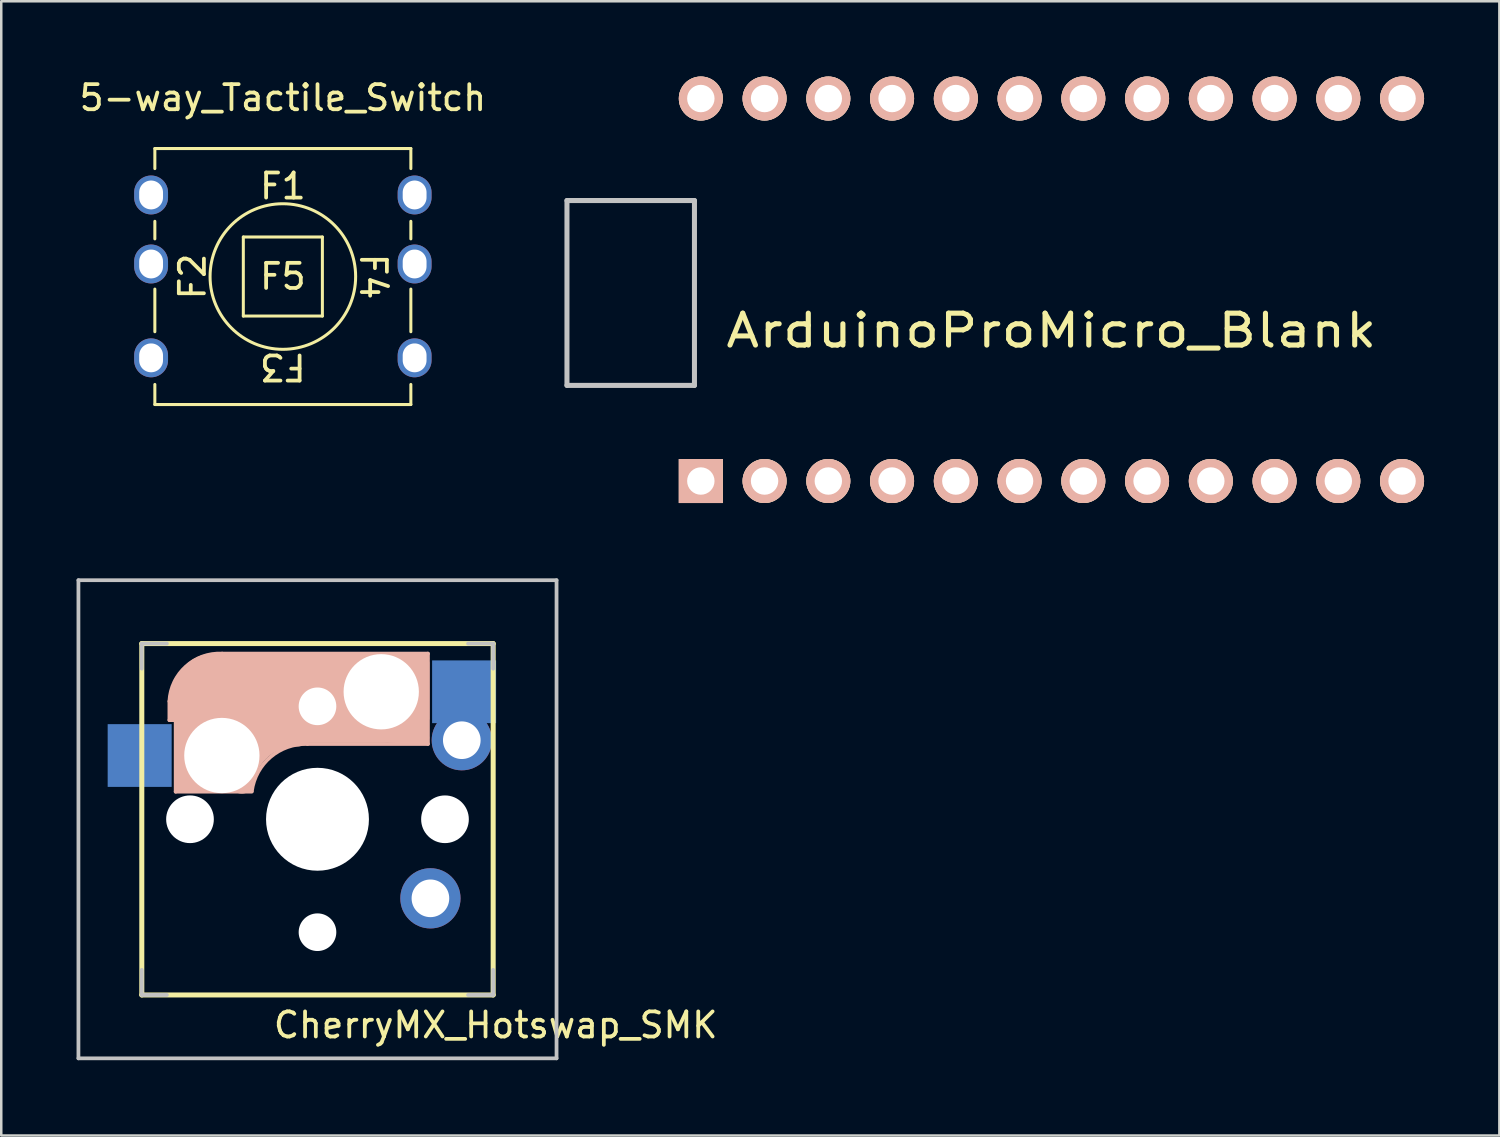
<source format=kicad_pcb>
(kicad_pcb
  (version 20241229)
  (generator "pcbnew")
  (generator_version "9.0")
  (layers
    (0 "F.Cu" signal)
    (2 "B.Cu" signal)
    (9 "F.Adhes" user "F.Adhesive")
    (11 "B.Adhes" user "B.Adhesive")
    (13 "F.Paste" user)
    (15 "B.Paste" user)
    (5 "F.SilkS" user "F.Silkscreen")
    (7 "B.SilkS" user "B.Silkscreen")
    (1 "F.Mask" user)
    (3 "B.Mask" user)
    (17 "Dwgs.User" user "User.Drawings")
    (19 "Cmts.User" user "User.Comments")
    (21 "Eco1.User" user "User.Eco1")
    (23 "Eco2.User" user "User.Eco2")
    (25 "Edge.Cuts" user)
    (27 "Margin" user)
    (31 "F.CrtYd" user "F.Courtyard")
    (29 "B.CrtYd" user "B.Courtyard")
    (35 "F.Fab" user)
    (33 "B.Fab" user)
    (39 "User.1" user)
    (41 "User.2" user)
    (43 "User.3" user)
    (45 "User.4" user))
  (footprint "5-way_Tactile_Switch"
    (layer "F.Cu")
    (at 8.22 7.968)
    (property "Reference" "5-way_Tactile_Switch" (at 0 -7.12 0) (layer "F.SilkS") (effects (font (size 1 1) (thickness 0.15))))
    (attr through_hole)
    (fp_line (start -5.1 -5.1) (end 5.1 -5.1) (stroke (width 0.12) (type solid)) (layer "F.SilkS"))
    (fp_line (start -5.1 -4.3) (end -5.1 -5.1) (stroke (width 0.12) (type solid)) (layer "F.SilkS"))
    (fp_line (start -5.1 -1.5) (end -5.1 -2.2) (stroke (width 0.12) (type solid)) (layer "F.SilkS"))
    (fp_line (start -5.1 2.2) (end -5.1 0.5) (stroke (width 0.12) (type solid)) (layer "F.SilkS"))
    (fp_line (start -5.1 4.3) (end -5.1 5.1) (stroke (width 0.12) (type solid)) (layer "F.SilkS"))
    (fp_line (start -1.575 -1.575) (end -1.575 1.575) (stroke (width 0.12) (type solid)) (layer "F.SilkS"))
    (fp_line (start -1.575 -1.575) (end 1.575 -1.575) (stroke (width 0.12) (type solid)) (layer "F.SilkS"))
    (fp_line (start 1.575 1.575) (end -1.575 1.575) (stroke (width 0.12) (type solid)) (layer "F.SilkS"))
    (fp_line (start 1.575 1.575) (end 1.575 -1.575) (stroke (width 0.12) (type solid)) (layer "F.SilkS"))
    (fp_line (start 5.1 -4.3) (end 5.1 -5.1) (stroke (width 0.12) (type solid)) (layer "F.SilkS"))
    (fp_line (start 5.1 -1.5) (end 5.1 -2.2) (stroke (width 0.12) (type solid)) (layer "F.SilkS"))
    (fp_line (start 5.1 2.2) (end 5.1 0.5) (stroke (width 0.12) (type solid)) (layer "F.SilkS"))
    (fp_line (start 5.1 4.3) (end 5.1 5.1) (stroke (width 0.12) (type solid)) (layer "F.SilkS"))
    (fp_line (start 5.1 5.1) (end -5.1 5.1) (stroke (width 0.12) (type solid)) (layer "F.SilkS"))
    (fp_circle (center 0 0) (end 2.9 0) (stroke (width 0.12) (type solid)) (fill no) (layer "F.SilkS"))
    (fp_text user "F4" (at 3.6 0 270) (unlocked yes) (layer "F.SilkS") (effects (font (size 1 1) (thickness 0.15))))
    (fp_text user "F1" (at 0 -3.6 0) (unlocked yes) (layer "F.SilkS") (effects (font (size 1 1) (thickness 0.15))))
    (fp_text user "F2" (at -3.6 0 90) (unlocked yes) (layer "F.SilkS") (effects (font (size 1 1) (thickness 0.15))))
    (fp_text user "F5" (at 0 0 0) (layer "F.SilkS") (effects (font (size 1 1) (thickness 0.15))))
    (fp_text user "F3" (at 0 3.6 180) (unlocked yes) (layer "F.SilkS") (effects (font (size 1 1) (thickness 0.15))))
    (pad "1" thru_hole oval (at -5.25 -3.25) (size 1.35 1.55) (drill oval 0.95 1.15) (layers "*.Cu" "*.Mask"))
    (pad "2" thru_hole oval (at -5.25 -0.5) (size 1.35 1.55) (drill oval 0.95 1.15) (layers "*.Cu" "*.Mask"))
    (pad "3" thru_hole oval (at -5.25 3.24) (size 1.35 1.55) (drill oval 0.95 1.15) (layers "*.Cu" "*.Mask"))
    (pad "4" thru_hole oval (at 5.25 -3.25) (size 1.35 1.55) (drill oval 0.95 1.15) (layers "*.Cu" "*.Mask"))
    (pad "5" thru_hole oval (at 5.25 -0.5) (size 1.35 1.55) (drill oval 0.95 1.15) (layers "*.Cu" "*.Mask"))
    (pad "6" thru_hole oval (at 5.25 3.24) (size 1.35 1.55) (drill oval 0.95 1.15) (layers "*.Cu" "*.Mask")))
  (footprint "CherryMX_Hotswap_SMK"
    (layer "F.Cu")
    (at 9.6 29.593)
    (property "Reference" "CherryMX_Hotswap_SMK" (at 7.1 8.2 0) (layer "F.SilkS") (effects (font (size 1 1) (thickness 0.15))))
    (attr through_hole)
    (fp_line (start -7 7) (end -7 -7) (stroke (width 0.2) (type solid)) (layer "F.SilkS"))
    (fp_line (start 7 -7) (end -7 -7) (stroke (width 0.2) (type solid)) (layer "F.SilkS"))
    (fp_line (start 7 -7) (end 7 7) (stroke (width 0.2) (type solid)) (layer "F.SilkS"))
    (fp_line (start 7 7) (end -7 7) (stroke (width 0.2) (type solid)) (layer "F.SilkS"))
    (fp_line (start -5.9 -4.7) (end -5.9 -3.95) (stroke (width 0.15) (type solid)) (layer "B.SilkS"))
    (fp_line (start -5.9 -3.95) (end -5.7 -3.95) (stroke (width 0.15) (type solid)) (layer "B.SilkS"))
    (fp_line (start -5.8 -4.05) (end -5.8 -4.7) (stroke (width 0.3) (type solid)) (layer "B.SilkS"))
    (fp_line (start -5.65 -5.55) (end -5.65 -1.1) (stroke (width 0.15) (type solid)) (layer "B.SilkS"))
    (fp_line (start -5.65 -1.1) (end -2.62 -1.1) (stroke (width 0.15) (type solid)) (layer "B.SilkS"))
    (fp_line (start -5.45 -1.3) (end -3 -1.3) (stroke (width 0.5) (type solid)) (layer "B.SilkS"))
    (fp_line (start -5.3 -1.6) (end -5.3 -3.4) (stroke (width 0.8) (type solid)) (layer "B.SilkS"))
    (fp_line (start -4.17 -5.1) (end -4.17 -2.86) (stroke (width 3) (type solid)) (layer "B.SilkS"))
    (fp_line (start -0.4 -3) (end 4.4 -3) (stroke (width 0.15) (type solid)) (layer "B.SilkS"))
    (fp_line (start 2.6 -4.8) (end -4.1 -4.8) (stroke (width 3.5) (type solid)) (layer "B.SilkS"))
    (fp_line (start 3.9 -6) (end 3.9 -3.5) (stroke (width 1) (type solid)) (layer "B.SilkS"))
    (fp_line (start 4.2 -3.25) (end 2.9 -3.3) (stroke (width 0.5) (type solid)) (layer "B.SilkS"))
    (fp_line (start 4.25 -6.4) (end 3 -6.4) (stroke (width 0.4) (type solid)) (layer "B.SilkS"))
    (fp_line (start 4.38 -4) (end 4.38 -6.25) (stroke (width 0.15) (type solid)) (layer "B.SilkS"))
    (fp_line (start 4.4 -6.6) (end -3.8 -6.6) (stroke (width 0.15) (type solid)) (layer "B.SilkS"))
    (fp_line (start 4.4 -3) (end 4.4 -6.6) (stroke (width 0.15) (type solid)) (layer "B.SilkS"))
    (fp_arc (start -5.9 -4.699999) (mid -5.243504 -6.084924) (end -3.800001 -6.6) (stroke (width 0.15) (type solid)) (layer "B.SilkS"))
    (fp_arc (start -3.016318 -1.521471) (mid -2.268709 -2.886118) (end -0.8 -3.4) (stroke (width 1) (type solid)) (layer "B.SilkS"))
    (fp_arc (start -2.616318 -1.121471) (mid -1.868709 -2.486118) (end -0.4 -3) (stroke (width 0.15) (type solid)) (layer "B.SilkS"))
    (fp_line (start -9.525 -9.525) (end 9.525 -9.525) (stroke (width 0.15) (type solid)) (layer "Dwgs.User"))
    (fp_line (start -9.525 9.525) (end -9.525 -9.525) (stroke (width 0.15) (type solid)) (layer "Dwgs.User"))
    (fp_line (start -7 -7) (end -6 -7) (stroke (width 0.15) (type solid)) (layer "Dwgs.User"))
    (fp_line (start -7 -6) (end -7 -7) (stroke (width 0.15) (type solid)) (layer "Dwgs.User"))
    (fp_line (start -7 6) (end -7 7) (stroke (width 0.15) (type solid)) (layer "Dwgs.User"))
    (fp_line (start -7 7) (end -6 7) (stroke (width 0.15) (type solid)) (layer "Dwgs.User"))
    (fp_line (start 6 7) (end 7 7) (stroke (width 0.15) (type solid)) (layer "Dwgs.User"))
    (fp_line (start 7 -7) (end 6 -7) (stroke (width 0.15) (type solid)) (layer "Dwgs.User"))
    (fp_line (start 7 -7) (end 7 -6) (stroke (width 0.15) (type solid)) (layer "Dwgs.User"))
    (fp_line (start 7 7) (end 7 6) (stroke (width 0.15) (type solid)) (layer "Dwgs.User"))
    (fp_line (start 9.525 -9.525) (end 9.525 9.525) (stroke (width 0.15) (type solid)) (layer "Dwgs.User"))
    (fp_line (start 9.525 9.525) (end -9.525 9.525) (stroke (width 0.15) (type solid)) (layer "Dwgs.User"))
    (pad "" np_thru_hole circle (at -5.08 0) (size 1.9 1.9) (drill 1.9) (layers "*.Cu" "*.Mask"))
    (pad "" np_thru_hole circle (at -3.81 -2.54) (size 3 3) (drill 3) (layers "*.Cu" "*.Mask"))
    (pad "" np_thru_hole circle (at 0 -4.5 270) (size 1.5 1.5) (drill 1.5) (layers "*.Cu" "*.Mask"))
    (pad "" np_thru_hole circle (at 0 0 90) (size 4.1 4.1) (drill 4.1) (layers "*.Cu" "*.Mask"))
    (pad "" np_thru_hole circle (at 0 4.5 90) (size 1.5 1.5) (drill 1.5) (layers "*.Cu" "*.Mask"))
    (pad "" np_thru_hole circle (at 2.54 -5.08) (size 3 3) (drill 3) (layers "*.Cu" "*.Mask"))
    (pad "" np_thru_hole circle (at 5.08 0) (size 1.9 1.9) (drill 1.9) (layers "*.Cu" "*.Mask"))
    (pad "1" smd rect (at -7.085 -2.54 180) (size 2.55 2.5) (layers "B.Cu" "B.Mask" "B.Paste"))
    (pad "1" thru_hole circle (at 4.5 3.15 90) (size 2.4 2.4) (drill 1.5) (layers "*.Cu" "*.Mask"))
    (pad "2" thru_hole circle (at 5.75 -3.15 90) (size 2.4 2.4) (drill 1.5) (layers "*.Cu" "*.Mask"))
    (pad "2" smd rect (at 5.842 -5.08 180) (size 2.55 2.5) (layers "B.Cu" "B.Mask" "B.Paste")))
  (footprint "ArduinoProMicro_Blank"
    (layer "F.Cu")
    (at 38.844 8.496)
    (property "Reference" "ArduinoProMicro_Blank" (at 0 1.625 0) (layer "F.SilkS") (effects (font (size 1.27 1.524) (thickness 0.203))))
    (attr through_hole)
    (fp_line (start -19.304 -3.556) (end -14.224 -3.556) (stroke (width 0.2) (type solid)) (layer "Dwgs.User"))
    (fp_line (start -19.304 3.81) (end -19.304 -3.556) (stroke (width 0.2) (type solid)) (layer "Dwgs.User"))
    (fp_line (start -14.224 -3.556) (end -14.224 3.81) (stroke (width 0.2) (type solid)) (layer "Dwgs.User"))
    (fp_line (start -14.224 3.81) (end -19.304 3.81) (stroke (width 0.2) (type solid)) (layer "Dwgs.User"))
    (pad "1" thru_hole rect (at -13.97 7.62) (size 1.753 1.753) (drill 1.092) (layers "*.Cu" "*.SilkS" "*.Mask"))
    (pad "2" thru_hole circle (at -11.43 7.62) (size 1.753 1.753) (drill 1.092) (layers "*.Cu" "*.SilkS" "*.Mask"))
    (pad "3" thru_hole circle (at -8.89 7.62) (size 1.753 1.753) (drill 1.092) (layers "*.Cu" "*.SilkS" "*.Mask"))
    (pad "4" thru_hole circle (at -6.35 7.62) (size 1.753 1.753) (drill 1.092) (layers "*.Cu" "*.SilkS" "*.Mask"))
    (pad "5" thru_hole circle (at -3.81 7.62) (size 1.753 1.753) (drill 1.092) (layers "*.Cu" "*.SilkS" "*.Mask"))
    (pad "6" thru_hole circle (at -1.27 7.62) (size 1.753 1.753) (drill 1.092) (layers "*.Cu" "*.SilkS" "*.Mask"))
    (pad "7" thru_hole circle (at 1.27 7.62) (size 1.753 1.753) (drill 1.092) (layers "*.Cu" "*.SilkS" "*.Mask"))
    (pad "8" thru_hole circle (at 3.81 7.62) (size 1.753 1.753) (drill 1.092) (layers "*.Cu" "*.SilkS" "*.Mask"))
    (pad "9" thru_hole circle (at 6.35 7.62) (size 1.753 1.753) (drill 1.092) (layers "*.Cu" "*.SilkS" "*.Mask"))
    (pad "10" thru_hole circle (at 8.89 7.62) (size 1.753 1.753) (drill 1.092) (layers "*.Cu" "*.SilkS" "*.Mask"))
    (pad "11" thru_hole circle (at 11.43 7.62) (size 1.753 1.753) (drill 1.092) (layers "*.Cu" "*.SilkS" "*.Mask"))
    (pad "12" thru_hole circle (at 13.97 7.62) (size 1.753 1.753) (drill 1.092) (layers "*.Cu" "*.SilkS" "*.Mask"))
    (pad "13" thru_hole circle (at 13.97 -7.62) (size 1.753 1.753) (drill 1.092) (layers "*.Cu" "*.SilkS" "*.Mask"))
    (pad "14" thru_hole circle (at 11.43 -7.62) (size 1.753 1.753) (drill 1.092) (layers "*.Cu" "*.SilkS" "*.Mask"))
    (pad "15" thru_hole circle (at 8.89 -7.62) (size 1.753 1.753) (drill 1.092) (layers "*.Cu" "*.SilkS" "*.Mask"))
    (pad "16" thru_hole circle (at 6.35 -7.62) (size 1.753 1.753) (drill 1.092) (layers "*.Cu" "*.SilkS" "*.Mask"))
    (pad "17" thru_hole circle (at 3.81 -7.62) (size 1.753 1.753) (drill 1.092) (layers "*.Cu" "*.SilkS" "*.Mask"))
    (pad "18" thru_hole circle (at 1.27 -7.62) (size 1.753 1.753) (drill 1.092) (layers "*.Cu" "*.SilkS" "*.Mask"))
    (pad "19" thru_hole circle (at -1.27 -7.62) (size 1.753 1.753) (drill 1.092) (layers "*.Cu" "*.SilkS" "*.Mask"))
    (pad "20" thru_hole circle (at -3.81 -7.62) (size 1.753 1.753) (drill 1.092) (layers "*.Cu" "*.SilkS" "*.Mask"))
    (pad "21" thru_hole circle (at -6.35 -7.62) (size 1.753 1.753) (drill 1.092) (layers "*.Cu" "*.SilkS" "*.Mask"))
    (pad "22" thru_hole circle (at -8.89 -7.62) (size 1.753 1.753) (drill 1.092) (layers "*.Cu" "*.SilkS" "*.Mask"))
    (pad "23" thru_hole circle (at -11.43 -7.62) (size 1.753 1.753) (drill 1.092) (layers "*.Cu" "*.SilkS" "*.Mask"))
    (pad "24" thru_hole circle (at -13.97 -7.62) (size 1.753 1.753) (drill 1.092) (layers "*.Cu" "*.SilkS" "*.Mask")))
  (gr_rect
    (start -3 -3)
    (end 56.691 42.193)
    (stroke (width 0.1) (type default))
    (fill no)
    (layer "Edge.Cuts")))
</source>
